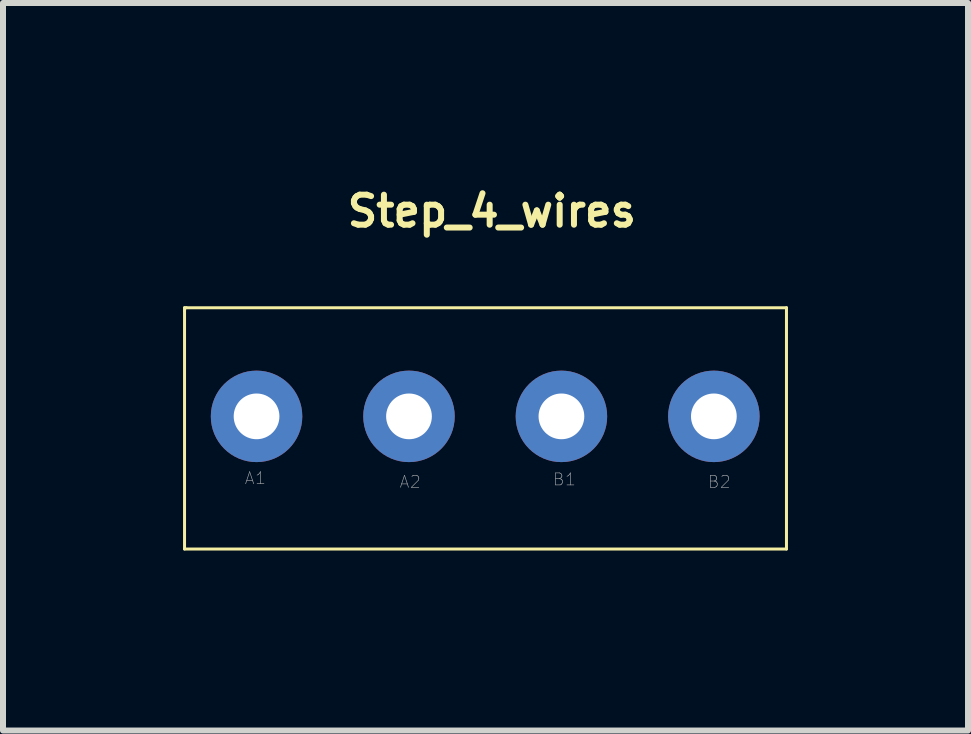
<source format=kicad_pcb>
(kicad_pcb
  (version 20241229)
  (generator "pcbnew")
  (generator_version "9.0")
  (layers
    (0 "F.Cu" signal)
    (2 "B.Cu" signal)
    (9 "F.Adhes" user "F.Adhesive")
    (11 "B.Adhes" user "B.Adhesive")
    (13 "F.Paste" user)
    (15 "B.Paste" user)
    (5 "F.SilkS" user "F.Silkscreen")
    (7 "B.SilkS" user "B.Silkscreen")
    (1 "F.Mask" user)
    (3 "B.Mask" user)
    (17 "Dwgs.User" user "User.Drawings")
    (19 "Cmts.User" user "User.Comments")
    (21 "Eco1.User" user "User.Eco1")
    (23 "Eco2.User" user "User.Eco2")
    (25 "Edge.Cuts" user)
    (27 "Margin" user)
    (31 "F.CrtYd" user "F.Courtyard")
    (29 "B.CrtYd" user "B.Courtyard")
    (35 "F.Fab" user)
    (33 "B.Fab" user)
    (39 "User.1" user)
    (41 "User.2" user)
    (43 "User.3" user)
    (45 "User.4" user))
  (footprint "Step_4_wires"
    (layer "F.Cu")
    (at 5.055 4.118)
    (property "Reference" "Step_4_wires" (at 0.09 -3.65 0) (layer "F.SilkS") (effects (font (size 0.5 0.5) (thickness 0.1))))
    (attr through_hole)
    (fp_line (start -5.03 -2.04) (end -5.03 -1.99) (stroke (width 0.05) (type solid)) (layer "F.SilkS"))
    (fp_line (start -5.03 1.98) (end -5.03 -1.99) (stroke (width 0.05) (type solid)) (layer "F.SilkS"))
    (fp_line (start -5 -2.04) (end -5.03 -2.04) (stroke (width 0.05) (type solid)) (layer "F.SilkS"))
    (fp_line (start 5 -2.04) (end -5 -2.04) (stroke (width 0.05) (type solid)) (layer "F.SilkS"))
    (fp_line (start 5 -2.04) (end 5 1.98) (stroke (width 0.05) (type solid)) (layer "F.SilkS"))
    (fp_line (start 5 1.98) (end -5.03 1.98) (stroke (width 0.05) (type solid)) (layer "F.SilkS"))
    (fp_text user "A1" (at -3.85 0.8 0) (layer "F.Fab") (effects (font (size 0.2 0.2) (thickness 0.01))))
    (fp_text user "B2" (at 3.88 0.86 0) (layer "F.Fab") (effects (font (size 0.2 0.2) (thickness 0.01))))
    (fp_text user "A2" (at -1.27 0.86 0) (layer "F.Fab") (effects (font (size 0.2 0.2) (thickness 0.01))))
    (fp_text user "B1" (at 1.3 0.82 0) (layer "F.Fab") (effects (font (size 0.2 0.2) (thickness 0.01))))
    (pad "1" thru_hole circle (at -3.83 -0.23) (size 1.524 1.524) (drill 0.762) (layers "*.Cu" "*.Mask"))
    (pad "2" thru_hole circle (at -1.29 -0.23) (size 1.524 1.524) (drill 0.762) (layers "*.Cu" "*.Mask"))
    (pad "3" thru_hole circle (at 1.25 -0.23) (size 1.524 1.524) (drill 0.762) (layers "*.Cu" "*.Mask"))
    (pad "4" thru_hole circle (at 3.79 -0.23) (size 1.524 1.524) (drill 0.762) (layers "*.Cu" "*.Mask")))
  (gr_rect
    (start -3 -3)
    (end 13.08 9.123)
    (stroke (width 0.1) (type default))
    (fill no)
    (layer "Edge.Cuts")))
</source>
